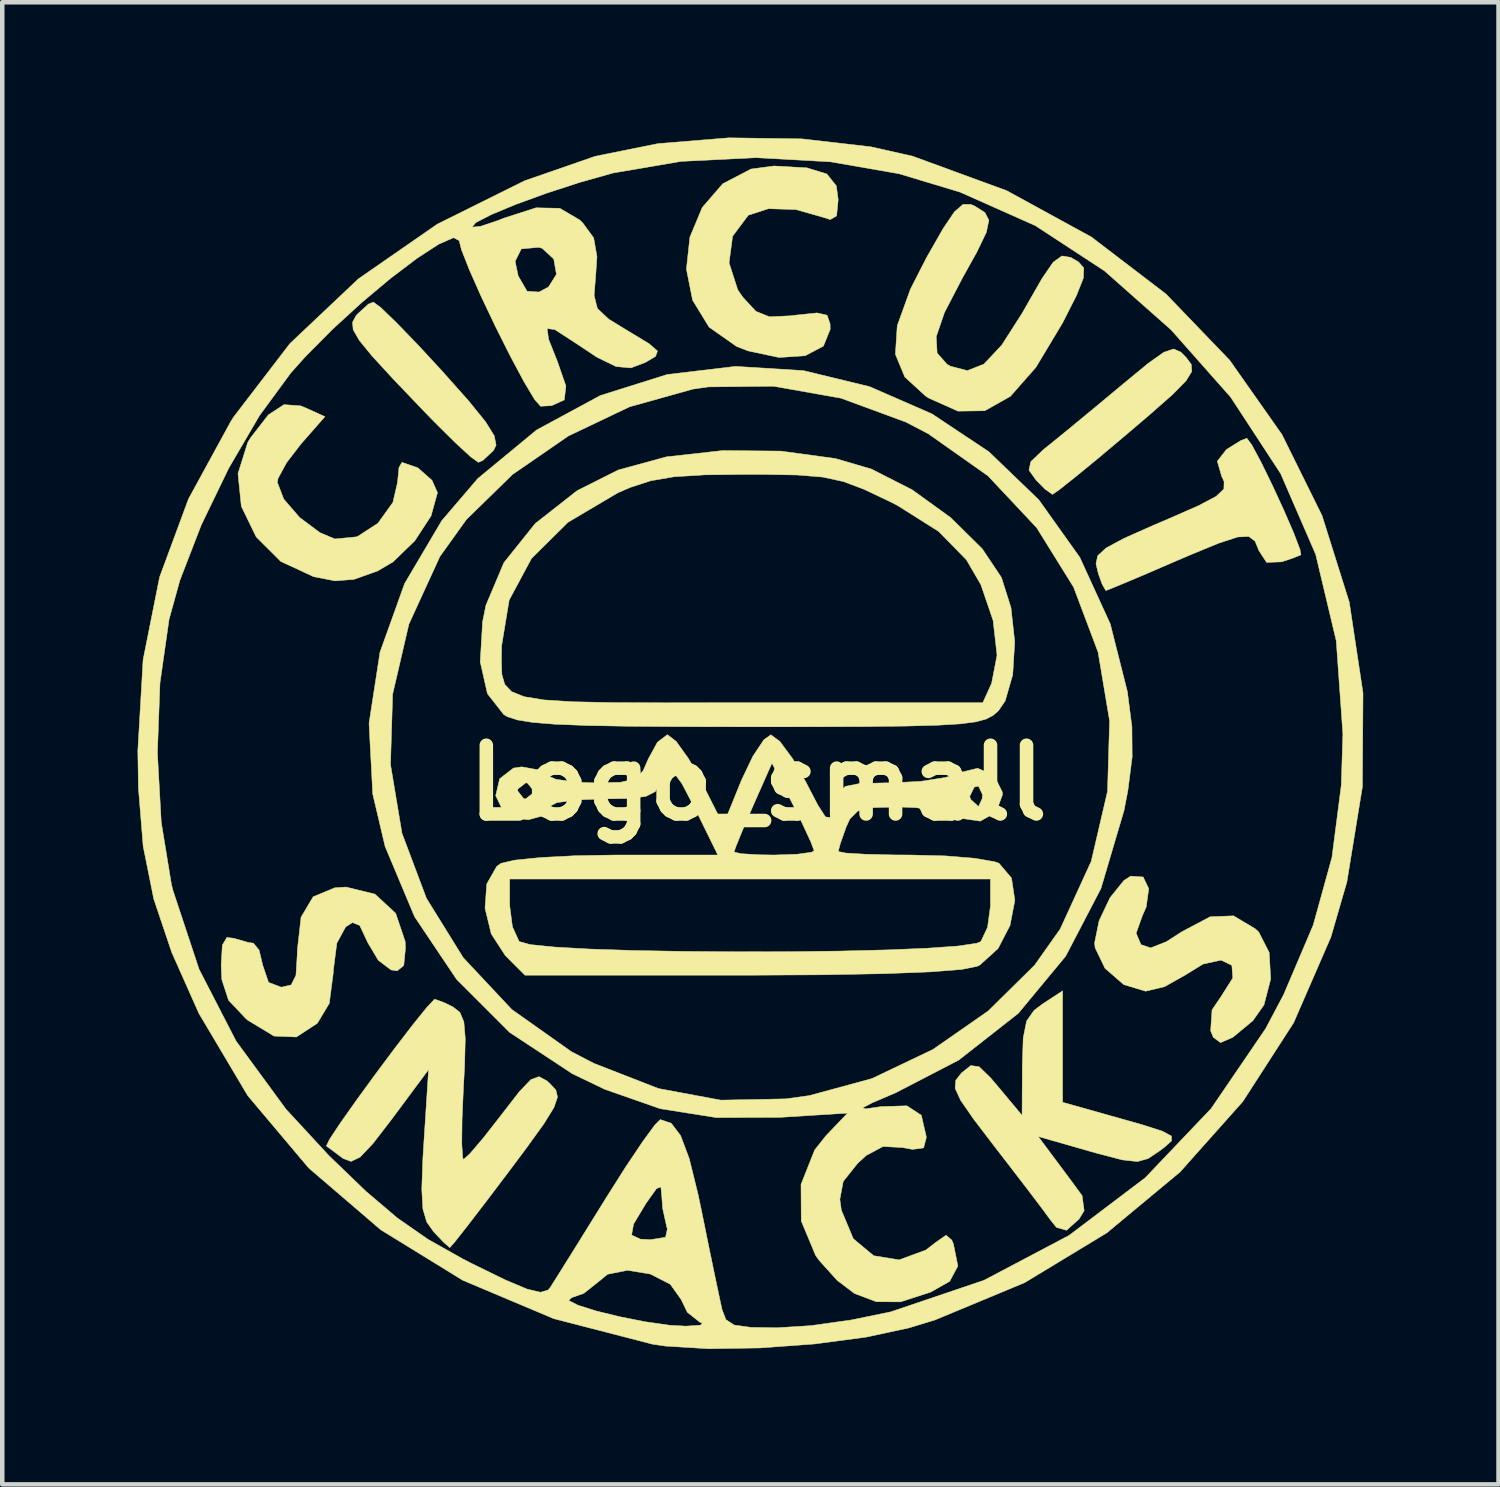
<source format=kicad_pcb>
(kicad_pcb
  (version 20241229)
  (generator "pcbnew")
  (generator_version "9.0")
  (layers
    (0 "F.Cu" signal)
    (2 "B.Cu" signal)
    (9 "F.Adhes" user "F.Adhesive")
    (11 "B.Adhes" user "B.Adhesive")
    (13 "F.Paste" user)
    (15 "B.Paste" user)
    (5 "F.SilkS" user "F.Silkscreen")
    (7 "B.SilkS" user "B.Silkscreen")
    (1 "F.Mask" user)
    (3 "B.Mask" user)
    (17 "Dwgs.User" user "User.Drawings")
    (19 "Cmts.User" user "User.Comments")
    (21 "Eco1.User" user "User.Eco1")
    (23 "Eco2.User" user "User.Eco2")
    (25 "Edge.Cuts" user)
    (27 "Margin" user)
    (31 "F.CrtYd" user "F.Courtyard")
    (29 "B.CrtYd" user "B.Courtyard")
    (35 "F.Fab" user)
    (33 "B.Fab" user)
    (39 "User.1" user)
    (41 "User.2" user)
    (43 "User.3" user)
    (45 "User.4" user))
  (footprint "Logo_small"
    (layer "F.Cu")
    (at 13.753 14.303)
    (property "Reference" "Logo_small" (at 0 0 0) (layer "F.SilkS") (effects (font (size 1.524 1.524) (thickness 0.3))))
    (attr through_hole)
    (fp_poly (pts (xy -8.36 -10.533) (xy -8.011 -10.196) (xy -7.531 -9.699) (xy -7.019 -9.145) (xy -6.42 -8.472) (xy -6.04 -8.004) (xy -5.846 -7.691) (xy -5.807 -7.485) (xy -5.864 -7.368) (xy -6.1 -7.148) (xy -6.199 -7.105) (xy -6.367 -7.225) (xy -6.714 -7.544) (xy -7.178 -8.004) (xy -7.383 -8.215) (xy -8.075 -8.939) (xy -8.55 -9.455) (xy -8.839 -9.808) (xy -8.975 -10.045) (xy -8.989 -10.211) (xy -8.912 -10.352) (xy -8.884 -10.388) (xy -8.638 -10.612) (xy -8.526 -10.657) (xy -8.36 -10.533)) (stroke (width 0.01) (type solid)) (fill yes) (layer "F.SilkS"))
    (fp_poly (pts (xy 9.369 -9.55) (xy 9.489 -9.43) (xy 9.602 -9.277) (xy 9.614 -9.121) (xy 9.488 -8.914) (xy 9.187 -8.608) (xy 8.674 -8.156) (xy 8.194 -7.747) (xy 7.566 -7.218) (xy 7.04 -6.787) (xy 6.675 -6.497) (xy 6.525 -6.394) (xy 6.362 -6.51) (xy 6.163 -6.711) (xy 6.005 -6.931) (xy 6.046 -7.121) (xy 6.325 -7.387) (xy 6.446 -7.484) (xy 6.867 -7.826) (xy 7.441 -8.3) (xy 8.051 -8.808) (xy 8.103 -8.851) (xy 8.646 -9.298) (xy 8.992 -9.544) (xy 9.209 -9.618) (xy 9.369 -9.55)) (stroke (width 0.01) (type solid)) (fill yes) (layer "F.SilkS"))
    (fp_poly (pts (xy -10.14 -8.357) (xy -10.023 -8.31) (xy -9.601 -8.118) (xy -10.129 -7.516) (xy -10.451 -7.098) (xy -10.638 -6.753) (xy -10.657 -6.665) (xy -10.515 -6.292) (xy -10.161 -5.882) (xy -9.709 -5.545) (xy -9.379 -5.407) (xy -8.888 -5.455) (xy -8.425 -5.756) (xy -8.094 -6.217) (xy -7.993 -6.653) (xy -7.959 -6.991) (xy -7.893 -7.105) (xy -7.541 -6.983) (xy -7.227 -6.706) (xy -7.106 -6.433) (xy -7.248 -5.918) (xy -7.609 -5.365) (xy -8.092 -4.898) (xy -8.435 -4.696) (xy -8.959 -4.51) (xy -9.377 -4.478) (xy -9.851 -4.57) (xy -10.578 -4.907) (xy -11.125 -5.453) (xy -11.454 -6.129) (xy -11.528 -6.855) (xy -11.311 -7.549) (xy -11.253 -7.643) (xy -10.854 -8.159) (xy -10.508 -8.384) (xy -10.14 -8.357)) (stroke (width 0.01) (type solid)) (fill yes) (layer "F.SilkS"))
    (fp_poly (pts (xy 1.082 -13.633) (xy 1.524 -13.497) (xy 1.735 -13.233) (xy 1.776 -12.927) (xy 1.741 -12.567) (xy 1.599 -12.486) (xy 1.465 -12.53) (xy 0.837 -12.708) (xy 0.23 -12.727) (xy -0.212 -12.584) (xy -0.22 -12.578) (xy -0.564 -12.117) (xy -0.643 -11.527) (xy -0.45 -10.928) (xy -0.34 -10.768) (xy -0.048 -10.452) (xy 0.252 -10.331) (xy 0.717 -10.353) (xy 0.828 -10.367) (xy 1.306 -10.417) (xy 1.53 -10.366) (xy 1.596 -10.176) (xy 1.599 -10.053) (xy 1.449 -9.682) (xy 1.047 -9.469) (xy 0.467 -9.429) (xy -0.219 -9.574) (xy -0.477 -9.674) (xy -1.086 -10.102) (xy -1.451 -10.699) (xy -1.588 -11.388) (xy -1.511 -12.098) (xy -1.237 -12.754) (xy -0.781 -13.281) (xy -0.157 -13.606) (xy 0.35 -13.674) (xy 1.082 -13.633)) (stroke (width 0.01) (type solid)) (fill yes) (layer "F.SilkS"))
    (fp_poly (pts (xy 8.536 2.086) (xy 8.66 2.345) (xy 8.604 2.749) (xy 8.518 2.946) (xy 8.38 3.332) (xy 8.487 3.585) (xy 8.702 3.658) (xy 9.051 3.52) (xy 9.395 3.299) (xy 10.02 2.968) (xy 10.54 2.947) (xy 11.023 3.236) (xy 11.1 3.31) (xy 11.329 3.759) (xy 11.363 4.347) (xy 11.214 4.922) (xy 10.968 5.271) (xy 10.523 5.64) (xy 10.251 5.758) (xy 10.091 5.64) (xy 10.032 5.494) (xy 10.063 5.031) (xy 10.263 4.736) (xy 10.523 4.325) (xy 10.502 4.044) (xy 10.262 3.929) (xy 9.862 4.017) (xy 9.462 4.263) (xy 9.01 4.518) (xy 8.591 4.618) (xy 8.105 4.471) (xy 7.69 4.11) (xy 7.47 3.653) (xy 7.46 3.544) (xy 7.559 3.056) (xy 7.801 2.547) (xy 8.107 2.165) (xy 8.26 2.067) (xy 8.536 2.086)) (stroke (width 0.01) (type solid)) (fill yes) (layer "F.SilkS"))
    (fp_poly (pts (xy 10.944 -7.491) (xy 11.147 -7.113) (xy 11.399 -6.598) (xy 11.656 -6.041) (xy 11.875 -5.535) (xy 12.012 -5.174) (xy 12.033 -5.054) (xy 11.85 -4.98) (xy 11.604 -4.899) (xy 11.272 -4.887) (xy 11.104 -5.144) (xy 11.016 -5.357) (xy 10.878 -5.462) (xy 10.63 -5.45) (xy 10.208 -5.312) (xy 9.55 -5.041) (xy 9.187 -4.885) (xy 8.543 -4.607) (xy 8.037 -4.394) (xy 7.747 -4.276) (xy 7.707 -4.263) (xy 7.625 -4.408) (xy 7.543 -4.636) (xy 7.49 -4.86) (xy 7.53 -5.037) (xy 7.717 -5.208) (xy 8.103 -5.416) (xy 8.743 -5.701) (xy 9.098 -5.853) (xy 9.764 -6.145) (xy 10.154 -6.351) (xy 10.325 -6.514) (xy 10.33 -6.679) (xy 10.274 -6.802) (xy 10.18 -7.131) (xy 10.377 -7.383) (xy 10.402 -7.402) (xy 10.702 -7.589) (xy 10.835 -7.638) (xy 10.944 -7.491)) (stroke (width 0.01) (type solid)) (fill yes) (layer "F.SilkS"))
    (fp_poly (pts (xy 4.808 -12.782) (xy 5.028 -12.642) (xy 5.116 -12.473) (xy 5.061 -12.205) (xy 4.849 -11.765) (xy 4.529 -11.19) (xy 4.133 -10.428) (xy 3.949 -9.891) (xy 3.969 -9.527) (xy 4.187 -9.281) (xy 4.263 -9.236) (xy 4.639 -9.138) (xy 5.005 -9.282) (xy 5.4 -9.701) (xy 5.861 -10.422) (xy 5.942 -10.566) (xy 6.298 -11.186) (xy 6.543 -11.542) (xy 6.735 -11.68) (xy 6.929 -11.648) (xy 7.105 -11.546) (xy 7.22 -11.414) (xy 7.211 -11.19) (xy 7.058 -10.803) (xy 6.75 -10.196) (xy 6.16 -9.213) (xy 5.593 -8.568) (xy 5.025 -8.248) (xy 4.431 -8.24) (xy 3.784 -8.529) (xy 3.712 -8.576) (xy 3.253 -8.996) (xy 3.044 -9.5) (xy 3.085 -10.134) (xy 3.377 -10.943) (xy 3.731 -11.637) (xy 4.098 -12.28) (xy 4.352 -12.658) (xy 4.543 -12.822) (xy 4.719 -12.822) (xy 4.808 -12.782)) (stroke (width 0.01) (type solid)) (fill yes) (layer "F.SilkS"))
    (fp_poly (pts (xy -8.492 2.466) (xy -8.033 2.89) (xy -7.822 3.514) (xy -7.815 3.658) (xy -7.853 4.048) (xy -7.999 4.166) (xy -8.136 4.146) (xy -8.418 3.932) (xy -8.657 3.531) (xy -8.663 3.514) (xy -8.83 3.16) (xy -8.991 3.096) (xy -9.142 3.193) (xy -9.337 3.552) (xy -9.414 4.155) (xy -9.414 4.196) (xy -9.504 4.888) (xy -9.769 5.329) (xy -10.234 5.633) (xy -10.731 5.612) (xy -11.306 5.264) (xy -11.354 5.224) (xy -11.737 4.818) (xy -11.886 4.362) (xy -11.901 4.051) (xy -11.875 3.597) (xy -11.775 3.426) (xy -11.62 3.445) (xy -11.289 3.54) (xy -11.187 3.552) (xy -11.06 3.706) (xy -10.98 4.041) (xy -10.851 4.422) (xy -10.569 4.529) (xy -10.348 4.478) (xy -10.243 4.265) (xy -10.214 3.8) (xy -10.213 3.713) (xy -10.13 2.977) (xy -9.862 2.525) (xy -9.385 2.326) (xy -9.133 2.309) (xy -8.492 2.466)) (stroke (width 0.01) (type solid)) (fill yes) (layer "F.SilkS"))
    (fp_poly (pts (xy 6.75 7.08) (xy 7.771 7.367) (xy 8.514 7.577) (xy 8.963 7.721) (xy 9.164 7.829) (xy 9.164 7.937) (xy 9.008 8.076) (xy 8.894 8.161) (xy 8.646 8.328) (xy 8.408 8.394) (xy 8.075 8.357) (xy 7.539 8.218) (xy 7.337 8.161) (xy 6.209 7.838) (xy 6.612 8.378) (xy 6.924 8.797) (xy 7.161 9.12) (xy 7.183 9.151) (xy 7.228 9.482) (xy 7.117 9.666) (xy 6.838 9.917) (xy 6.615 9.854) (xy 6.482 9.689) (xy 6.3 9.441) (xy 5.958 8.99) (xy 5.514 8.412) (xy 5.257 8.08) (xy 4.777 7.451) (xy 4.49 7.036) (xy 4.368 6.771) (xy 4.382 6.592) (xy 4.504 6.436) (xy 4.512 6.428) (xy 4.716 6.266) (xy 4.899 6.291) (xy 5.157 6.541) (xy 5.334 6.75) (xy 5.852 7.371) (xy 5.857 6.282) (xy 5.877 5.657) (xy 5.952 5.279) (xy 6.119 5.041) (xy 6.306 4.901) (xy 6.75 4.61) (xy 6.75 7.08)) (stroke (width 0.01) (type solid)) (fill yes) (layer "F.SilkS"))
    (fp_poly (pts (xy -6.959 4.87) (xy -6.76 4.968) (xy -6.608 5.088) (xy -6.521 5.297) (xy -6.49 5.67) (xy -6.505 6.281) (xy -6.53 6.744) (xy -6.561 7.449) (xy -6.567 7.996) (xy -6.548 8.306) (xy -6.529 8.348) (xy -6.385 8.217) (xy -6.092 7.873) (xy -5.712 7.388) (xy -5.689 7.358) (xy -5.293 6.846) (xy -5.037 6.578) (xy -4.857 6.511) (xy -4.684 6.603) (xy -4.613 6.666) (xy -4.483 6.806) (xy -4.445 6.964) (xy -4.524 7.195) (xy -4.747 7.556) (xy -5.141 8.102) (xy -5.538 8.633) (xy -6.031 9.284) (xy -6.44 9.817) (xy -6.721 10.174) (xy -6.833 10.302) (xy -6.966 10.187) (xy -7.193 9.948) (xy -7.345 9.732) (xy -7.429 9.446) (xy -7.454 9.008) (xy -7.43 8.333) (xy -7.408 7.975) (xy -7.303 6.355) (xy -8.113 7.445) (xy -8.537 7.996) (xy -8.822 8.296) (xy -9.023 8.391) (xy -9.198 8.325) (xy -9.213 8.314) (xy -9.48 8.114) (xy -9.57 8.05) (xy -9.499 7.902) (xy -9.261 7.543) (xy -8.907 7.041) (xy -8.487 6.465) (xy -8.054 5.884) (xy -7.657 5.367) (xy -7.348 4.984) (xy -7.178 4.802) (xy -7.164 4.796) (xy -6.959 4.87)) (stroke (width 0.01) (type solid)) (fill yes) (layer "F.SilkS"))
    (fp_poly (pts (xy 0.508 -7.354) (xy 1.717 -7.189) (xy 2.513 -6.956) (xy 3.418 -6.495) (xy 4.27 -5.879) (xy 4.969 -5.189) (xy 5.395 -4.552) (xy 5.606 -3.884) (xy 5.689 -3.127) (xy 5.645 -2.398) (xy 5.478 -1.817) (xy 5.329 -1.599) (xy 5.21 -1.496) (xy 5.057 -1.415) (xy 4.829 -1.353) (xy 4.484 -1.308) (xy 3.982 -1.278) (xy 3.282 -1.259) (xy 2.343 -1.248) (xy 1.124 -1.244) (xy -0.138 -1.243) (xy -1.663 -1.246) (xy -2.871 -1.255) (xy -3.803 -1.272) (xy -4.498 -1.3) (xy -4.994 -1.34) (xy -5.33 -1.394) (xy -5.548 -1.464) (xy -5.637 -1.515) (xy -5.999 -1.977) (xy -6.158 -2.681) (xy -6.158 -2.683) (xy -5.689 -2.683) (xy -5.678 -2.401) (xy -5.615 -2.184) (xy -5.464 -2.023) (xy -5.186 -1.911) (xy -4.746 -1.839) (xy -4.107 -1.798) (xy -3.231 -1.78) (xy -2.082 -1.775) (xy -0.623 -1.776) (xy -0.244 -1.776) (xy 4.981 -1.776) (xy 5.177 -2.207) (xy 5.297 -2.83) (xy 5.21 -3.599) (xy 4.94 -4.39) (xy 4.62 -4.942) (xy 4.002 -5.574) (xy 3.085 -6.152) (xy 2.901 -6.245) (xy 2.346 -6.508) (xy 1.892 -6.679) (xy 1.435 -6.778) (xy 0.871 -6.824) (xy 0.095 -6.838) (xy -0.263 -6.838) (xy -1.192 -6.827) (xy -1.864 -6.785) (xy -2.377 -6.697) (xy -2.83 -6.55) (xy -3.108 -6.43) (xy -4.213 -5.776) (xy -5.021 -4.976) (xy -5.517 -4.052) (xy -5.684 -3.04) (xy -5.689 -2.683) (xy -6.158 -2.683) (xy -6.106 -3.572) (xy -6.032 -3.937) (xy -5.634 -4.881) (xy -4.94 -5.748) (xy -4.011 -6.477) (xy -3.098 -6.936) (xy -2.032 -7.227) (xy -0.786 -7.366) (xy 0.508 -7.354)) (stroke (width 0.01) (type solid)) (fill yes) (layer "F.SilkS"))
    (fp_poly (pts (xy 1.007 -9.138) (xy 2.472 -8.783) (xy 3.855 -8.179) (xy 5.118 -7.338) (xy 6.223 -6.274) (xy 7.132 -4.998) (xy 7.807 -3.523) (xy 8.186 -2.024) (xy 8.287 -1.242) (xy 8.292 -0.572) (xy 8.198 0.165) (xy 8.112 0.612) (xy 7.6 2.342) (xy 6.819 3.841) (xy 5.768 5.109) (xy 4.449 6.144) (xy 3.05 6.869) (xy 2.529 7.092) (xy 2.316 7.204) (xy 2.39 7.225) (xy 2.728 7.175) (xy 3.3 7.158) (xy 3.619 7.368) (xy 3.727 7.836) (xy 3.727 7.874) (xy 3.669 8.091) (xy 3.423 8.124) (xy 3.202 8.083) (xy 2.77 8.06) (xy 2.399 8.257) (xy 2.205 8.436) (xy 1.887 8.835) (xy 1.813 9.231) (xy 1.846 9.47) (xy 2.111 10.104) (xy 2.563 10.481) (xy 3.126 10.573) (xy 3.721 10.354) (xy 3.93 10.192) (xy 4.166 10.026) (xy 4.294 10.134) (xy 4.33 10.22) (xy 4.429 10.71) (xy 4.247 11.049) (xy 3.825 11.288) (xy 3.158 11.504) (xy 2.622 11.501) (xy 2.137 11.318) (xy 1.752 11.026) (xy 1.354 10.584) (xy 1.277 10.477) (xy 0.957 9.712) (xy 0.952 8.9) (xy 1.254 8.138) (xy 1.505 7.821) (xy 1.984 7.32) (xy 0.484 7.414) (xy -0.925 7.419) (xy -2.169 7.222) (xy -3.396 6.793) (xy -4.118 6.446) (xy -5.506 5.531) (xy -6.682 4.355) (xy -7.614 2.966) (xy -8.267 1.409) (xy -8.541 0.247) (xy -8.575 -0.406) (xy -8.147 -0.406) (xy -7.893 1.117) (xy -7.351 2.558) (xy -6.535 3.875) (xy -5.459 5.023) (xy -4.136 5.959) (xy -3.639 6.217) (xy -2.208 6.775) (xy -0.828 7.032) (xy 0.609 7.004) (xy 1.134 6.932) (xy 2.524 6.554) (xy 3.876 5.909) (xy 5.105 5.053) (xy 6.13 4.041) (xy 6.696 3.241) (xy 7.385 1.739) (xy 7.746 0.186) (xy 7.792 -1.373) (xy 7.537 -2.896) (xy 6.994 -4.338) (xy 6.176 -5.655) (xy 5.097 -6.804) (xy 3.771 -7.74) (xy 3.276 -7.997) (xy 1.838 -8.527) (xy 0.341 -8.792) (xy -1.106 -8.777) (xy -1.445 -8.728) (xy -2.848 -8.336) (xy -4.207 -7.688) (xy -5.44 -6.838) (xy -6.464 -5.839) (xy -7.052 -5.018) (xy -7.74 -3.517) (xy -8.1 -1.965) (xy -8.147 -0.406) (xy -8.575 -0.406) (xy -8.623 -1.32) (xy -8.38 -2.897) (xy -7.835 -4.417) (xy -7.011 -5.812) (xy -6.212 -6.746) (xy -4.909 -7.822) (xy -3.497 -8.586) (xy -2.015 -9.052) (xy -0.501 -9.232) (xy 1.007 -9.138)) (stroke (width 0.01) (type solid)) (fill yes) (layer "F.SilkS"))
    (fp_poly (pts (xy 0.484 -0.918) (xy 0.768 -0.534) (xy 1.046 -0.044) (xy 1.327 0.496) (xy 1.494 0.754) (xy 1.593 0.768) (xy 1.668 0.574) (xy 1.69 0.488) (xy 1.752 0.303) (xy 4.69 0.303) (xy 4.715 0.368) (xy 4.886 0.525) (xy 4.97 0.346) (xy 4.973 0.256) (xy 4.886 0.073) (xy 4.793 0.091) (xy 4.69 0.303) (xy 1.752 0.303) (xy 1.779 0.224) (xy 1.934 0.078) (xy 2.247 0.015) (xy 2.806 0.000171) (xy 2.952 0) (xy 3.608 -0.034) (xy 4.16 -0.121) (xy 4.444 -0.221) (xy 4.868 -0.324) (xy 5.234 -0.161) (xy 5.414 0.203) (xy 5.417 0.266) (xy 5.273 0.654) (xy 4.925 0.848) (xy 4.501 0.786) (xy 4.444 0.754) (xy 4.07 0.629) (xy 3.497 0.549) (xy 3.106 0.533) (xy 2.532 0.549) (xy 2.208 0.625) (xy 2.033 0.802) (xy 1.949 0.988) (xy 1.822 1.349) (xy 1.776 1.521) (xy 1.941 1.555) (xy 2.381 1.582) (xy 3.019 1.597) (xy 3.387 1.599) (xy 4.146 1.618) (xy 4.799 1.671) (xy 5.242 1.747) (xy 5.34 1.782) (xy 5.618 2.109) (xy 5.692 2.603) (xy 5.585 3.16) (xy 5.32 3.672) (xy 4.919 4.035) (xy 4.857 4.066) (xy 4.514 4.135) (xy 3.824 4.189) (xy 2.799 4.229) (xy 1.445 4.254) (xy -0.227 4.263) (xy -0.372 4.263) (xy -5.167 4.263) (xy -5.603 3.827) (xy -5.914 3.348) (xy -6.052 2.78) (xy -6.014 2.241) (xy -5.952 2.131) (xy -5.506 2.131) (xy -5.506 2.718) (xy -5.445 3.188) (xy -5.298 3.512) (xy -5.293 3.517) (xy -5.052 3.584) (xy -4.513 3.639) (xy -3.732 3.683) (xy -2.766 3.715) (xy -1.67 3.735) (xy -0.503 3.744) (xy 0.68 3.742) (xy 1.821 3.728) (xy 2.865 3.702) (xy 3.755 3.665) (xy 4.434 3.616) (xy 4.846 3.555) (xy 4.938 3.517) (xy 5.087 3.2) (xy 5.151 2.731) (xy 5.151 2.718) (xy 5.151 2.131) (xy -5.506 2.131) (xy -5.952 2.131) (xy -5.792 1.85) (xy -5.696 1.782) (xy -5.391 1.712) (xy -4.814 1.654) (xy -4.044 1.614) (xy -3.164 1.599) (xy -3.122 1.599) (xy -0.892 1.599) (xy -0.924 1.533) (xy -0.533 1.533) (xy -0.373 1.57) (xy 0.036 1.594) (xy 0.355 1.599) (xy 0.862 1.582) (xy 1.184 1.538) (xy 1.243 1.504) (xy 1.169 1.307) (xy 0.977 0.893) (xy 0.775 0.486) (xy 0.308 -0.438) (xy -0.113 0.514) (xy -0.338 1.035) (xy -0.49 1.408) (xy -0.533 1.533) (xy -0.924 1.533) (xy -1.371 0.622) (xy -1.688 0.016) (xy -1.906 -0.282) (xy -2.056 -0.296) (xy -2.169 -0.051) (xy -2.183 0) (xy -2.277 0.193) (xy -2.489 0.301) (xy -2.902 0.347) (xy -3.447 0.355) (xy -4.04 0.378) (xy -4.461 0.438) (xy -4.618 0.521) (xy -4.763 0.729) (xy -5.096 0.818) (xy -5.461 0.767) (xy -5.633 0.66) (xy -5.816 0.283) (xy -5.791 0.178) (xy -5.329 0.178) (xy -5.194 0.35) (xy -5.151 0.355) (xy -4.979 0.22) (xy -4.973 0.178) (xy -5.109 0.005) (xy -5.151 0) (xy -5.324 0.135) (xy -5.329 0.178) (xy -5.791 0.178) (xy -5.728 -0.091) (xy -5.422 -0.328) (xy -5.238 -0.355) (xy -4.867 -0.288) (xy -4.707 -0.178) (xy -4.482 -0.08) (xy -4.018 -0.015) (xy -3.615 0) (xy -3.046 -0.014) (xy -2.726 -0.088) (xy -2.547 -0.27) (xy -2.432 -0.533) (xy -2.23 -0.902) (xy -2.016 -1.065) (xy -2.007 -1.066) (xy -1.815 -0.919) (xy -1.54 -0.535) (xy -1.276 -0.066) (xy -0.771 0.934) (xy -0.365 -0.066) (xy -0.113 -0.594) (xy 0.13 -0.957) (xy 0.284 -1.066) (xy 0.484 -0.918)) (stroke (width 0.01) (type solid)) (fill yes) (layer "F.SilkS"))
    (fp_poly (pts (xy 0.973 -14.275) (xy 2.501 -14.099) (xy 3.425 -13.891) (xy 5.511 -13.127) (xy 7.388 -12.1) (xy 9.041 -10.837) (xy 10.454 -9.368) (xy 11.613 -7.72) (xy 12.502 -5.922) (xy 13.105 -4.004) (xy 13.409 -1.992) (xy 13.396 0.083) (xy 13.052 2.194) (xy 12.697 3.419) (xy 11.872 5.316) (xy 10.746 7.062) (xy 9.354 8.625) (xy 7.73 9.975) (xy 5.909 11.078) (xy 3.924 11.904) (xy 3.344 12.081) (xy 2.392 12.286) (xy 1.253 12.437) (xy 0.049 12.525) (xy -1.097 12.543) (xy -2.064 12.483) (xy -2.339 12.442) (xy -4.529 11.876) (xy -5.485 11.473) (xy -4.198 11.473) (xy -3.992 11.578) (xy -3.589 11.705) (xy -3.066 11.833) (xy -2.5 11.945) (xy -1.968 12.021) (xy -1.599 12.042) (xy -1.275 12.02) (xy -1.237 11.973) (xy -1.288 11.956) (xy -1.568 11.735) (xy -1.705 11.451) (xy -1.945 11.114) (xy -2.386 10.888) (xy -2.894 10.804) (xy -3.336 10.892) (xy -3.51 11.035) (xy -3.863 11.316) (xy -4.131 11.409) (xy -4.198 11.473) (xy -5.485 11.473) (xy -6.546 11.025) (xy -8.364 9.906) (xy -9.961 8.536) (xy -11.311 6.934) (xy -12.39 5.117) (xy -12.409 5.077) (xy -12.998 3.753) (xy -13.395 2.573) (xy -13.63 1.402) (xy -13.735 0.107) (xy -13.747 -0.665) (xy -13.314 -0.665) (xy -13.229 0.871) (xy -13.004 2.245) (xy -12.972 2.376) (xy -12.391 4.13) (xy -11.569 5.725) (xy -10.464 7.233) (xy -9.51 8.265) (xy -8.691 9.054) (xy -7.994 9.646) (xy -7.315 10.118) (xy -6.55 10.549) (xy -6.34 10.657) (xy -5.603 11.017) (xy -5.117 11.222) (xy -4.821 11.291) (xy -4.655 11.241) (xy -4.606 11.184) (xy -4.448 10.934) (xy -4.148 10.454) (xy -3.879 10.022) (xy -2.803 10.022) (xy -2.607 10.114) (xy -2.379 10.124) (xy -2.051 10.072) (xy -2.01 9.883) (xy -2.024 9.844) (xy -2.115 9.431) (xy -2.133 9.177) (xy -2.154 8.956) (xy -2.252 8.994) (xy -2.479 9.313) (xy -2.487 9.325) (xy -2.76 9.78) (xy -2.803 10.022) (xy -3.879 10.022) (xy -3.752 9.817) (xy -3.364 9.192) (xy -2.93 8.507) (xy -2.557 7.951) (xy -2.288 7.583) (xy -2.167 7.463) (xy -1.923 7.546) (xy -1.717 7.818) (xy -1.526 8.326) (xy -1.33 9.121) (xy -1.248 9.511) (xy -1.087 10.304) (xy -0.942 11.002) (xy -0.835 11.507) (xy -0.797 11.679) (xy -0.712 11.898) (xy -0.528 12.018) (xy -0.156 12.069) (xy 0.419 12.078) (xy 1.168 12.031) (xy 2.066 11.905) (xy 2.923 11.729) (xy 2.947 11.723) (xy 5.009 11.025) (xy 6.896 10.029) (xy 8.582 8.753) (xy 10.042 7.22) (xy 11.25 5.449) (xy 11.65 4.693) (xy 12.306 3.151) (xy 12.721 1.65) (xy 12.927 0.053) (xy 12.963 -1.082) (xy 12.816 -3.148) (xy 12.36 -5.065) (xy 11.583 -6.856) (xy 10.476 -8.549) (xy 9.155 -10.042) (xy 7.678 -11.349) (xy 6.147 -12.351) (xy 4.478 -13.094) (xy 3.124 -13.502) (xy 1.607 -13.766) (xy -0.052 -13.858) (xy -1.704 -13.776) (xy -3.199 -13.521) (xy -3.244 -13.51) (xy -3.959 -13.308) (xy -4.69 -13.07) (xy -5.365 -12.824) (xy -5.912 -12.597) (xy -6.259 -12.418) (xy -6.338 -12.318) (xy -6.149 -12.337) (xy -5.76 -12.467) (xy -5.628 -12.52) (xy -4.922 -12.747) (xy -4.394 -12.736) (xy -3.958 -12.48) (xy -3.887 -12.413) (xy -3.644 -12.081) (xy -3.571 -11.666) (xy -3.598 -11.262) (xy -3.634 -10.801) (xy -3.561 -10.514) (xy -3.31 -10.279) (xy -2.881 -10.016) (xy -2.42 -9.738) (xy -2.229 -9.573) (xy -2.272 -9.453) (xy -2.501 -9.318) (xy -2.82 -9.198) (xy -3.147 -9.228) (xy -3.571 -9.435) (xy -4.113 -9.794) (xy -4.506 -10.048) (xy -4.675 -10.071) (xy -4.644 -9.835) (xy -4.447 -9.339) (xy -4.259 -8.796) (xy -4.295 -8.489) (xy -4.574 -8.362) (xy -4.821 -8.348) (xy -4.953 -8.498) (xy -5.189 -8.894) (xy -5.491 -9.458) (xy -5.819 -10.112) (xy -6.135 -10.776) (xy -6.399 -11.371) (xy -6.473 -11.561) (xy -5.385 -11.561) (xy -5.316 -11.235) (xy -5.12 -10.898) (xy -4.855 -10.88) (xy -4.645 -10.992) (xy -4.469 -11.272) (xy -4.529 -11.612) (xy -4.785 -11.849) (xy -4.861 -11.871) (xy -5.248 -11.836) (xy -5.385 -11.561) (xy -6.473 -11.561) (xy -6.575 -11.82) (xy -6.625 -12.019) (xy -6.749 -12.085) (xy -7.077 -11.941) (xy -7.559 -11.628) (xy -8.146 -11.183) (xy -8.786 -10.646) (xy -9.43 -10.057) (xy -10.029 -9.454) (xy -10.359 -9.085) (xy -11.05 -8.143) (xy -11.731 -6.979) (xy -12.34 -5.72) (xy -12.815 -4.492) (xy -13.055 -3.627) (xy -13.257 -2.214) (xy -13.314 -0.665) (xy -13.747 -0.665) (xy -13.748 -0.71) (xy -13.631 -2.731) (xy -13.265 -4.563) (xy -12.625 -6.294) (xy -11.687 -8.011) (xy -11.621 -8.115) (xy -10.377 -9.737) (xy -8.859 -11.172) (xy -7.11 -12.385) (xy -5.173 -13.347) (xy -3.606 -13.89) (xy -2.217 -14.17) (xy -0.646 -14.298) (xy 0.973 -14.275)) (stroke (width 0.01) (type solid)) (fill yes) (layer "F.SilkS")))
  (gr_rect
    (start -3 -3)
    (end 30.166 29.852)
    (stroke (width 0.1) (type default))
    (fill no)
    (layer "Edge.Cuts")))
</source>
